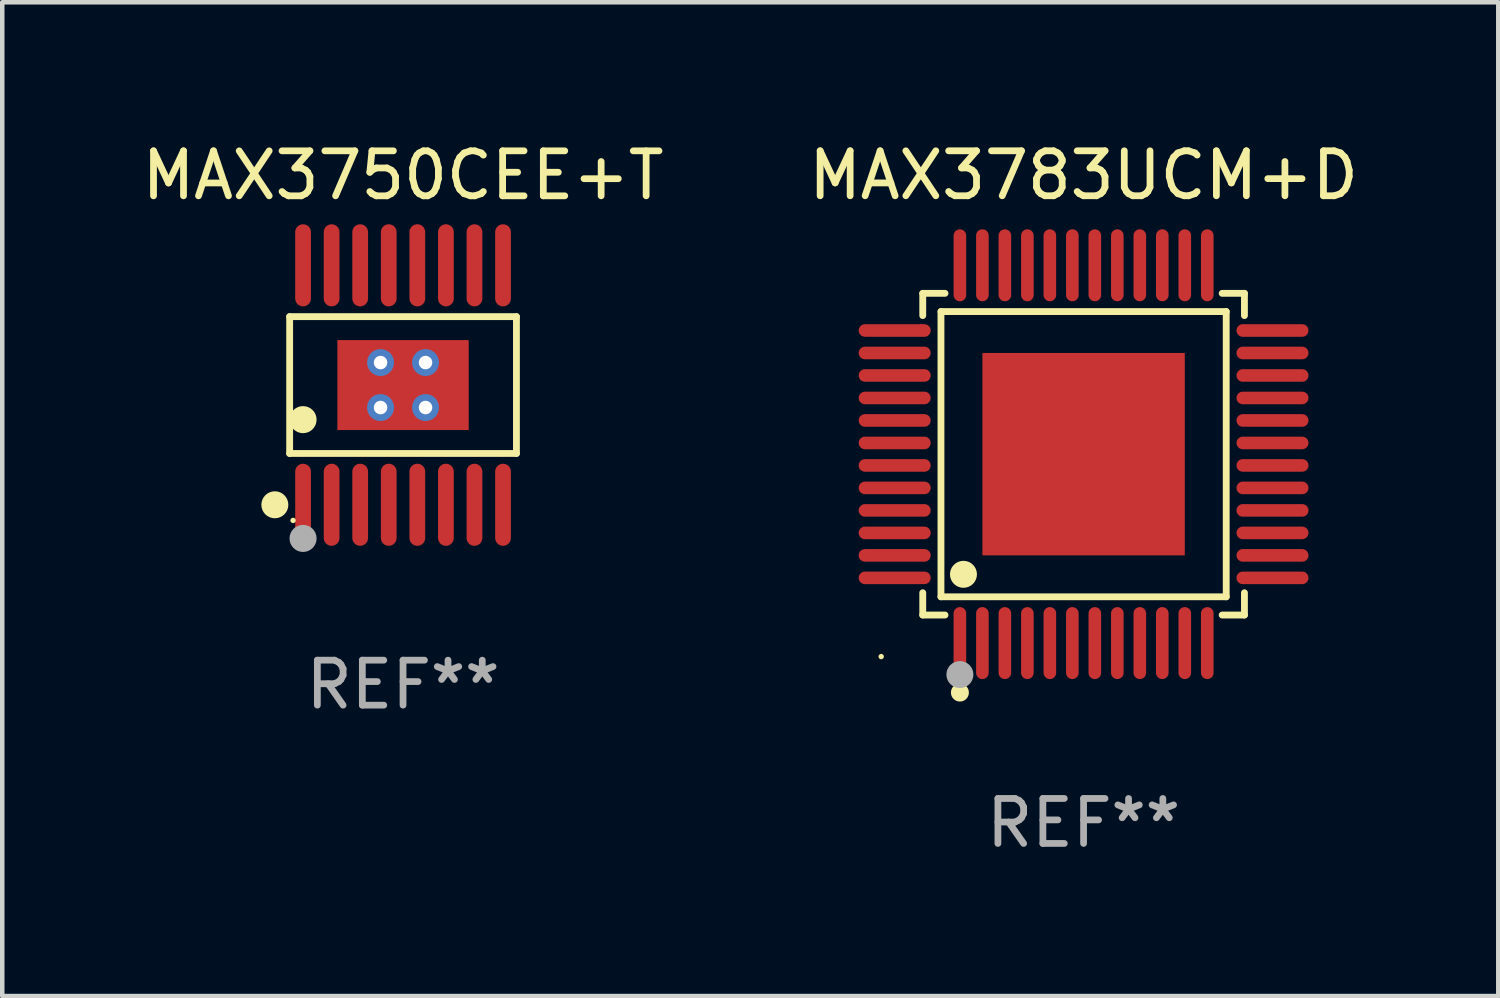
<source format=kicad_pcb>
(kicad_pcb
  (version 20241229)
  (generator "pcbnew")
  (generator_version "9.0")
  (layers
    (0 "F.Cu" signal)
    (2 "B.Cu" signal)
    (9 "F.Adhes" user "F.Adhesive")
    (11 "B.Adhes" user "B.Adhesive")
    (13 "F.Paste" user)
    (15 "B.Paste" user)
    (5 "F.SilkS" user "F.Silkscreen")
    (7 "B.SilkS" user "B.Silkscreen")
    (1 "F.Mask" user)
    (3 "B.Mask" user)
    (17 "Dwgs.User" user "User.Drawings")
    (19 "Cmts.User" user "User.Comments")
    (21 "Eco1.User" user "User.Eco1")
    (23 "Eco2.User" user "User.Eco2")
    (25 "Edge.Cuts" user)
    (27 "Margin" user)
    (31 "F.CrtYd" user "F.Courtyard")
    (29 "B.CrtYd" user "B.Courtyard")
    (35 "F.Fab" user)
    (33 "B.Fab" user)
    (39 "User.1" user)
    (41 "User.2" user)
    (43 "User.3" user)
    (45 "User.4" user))
  (footprint "MAX3750CEE+T"
    (layer "F.Cu")
    (at 5.911 5.511)
    (property "Reference" "MAX3750CEE+T" (at 0 -4.662 0) (layer "F.SilkS") (effects (font (size 1 1) (thickness 0.15))))
    (attr through_hole)
    (fp_line (start -2.521 -1.521) (end 2.521 -1.521) (stroke (width 0.152) (type solid)) (layer "F.SilkS"))
    (fp_line (start -2.521 1.521) (end -2.521 -1.521) (stroke (width 0.152) (type solid)) (layer "F.SilkS"))
    (fp_line (start 2.521 -1.521) (end 2.521 1.521) (stroke (width 0.152) (type solid)) (layer "F.SilkS"))
    (fp_line (start 2.521 1.521) (end -2.521 1.521) (stroke (width 0.152) (type solid)) (layer "F.SilkS"))
    (fp_circle (center -2.85 2.662) (end -2.7 2.662) (stroke (width 0.3) (type solid)) (fill no) (layer "F.SilkS"))
    (fp_circle (center -2.445 3.01) (end -2.415 3.01) (stroke (width 0.06) (type solid)) (fill no) (layer "F.SilkS"))
    (fp_circle (center -2.223 0.769) (end -2.072 0.769) (stroke (width 0.3) (type solid)) (fill no) (layer "F.SilkS"))
    (fp_circle (center -2.223 3.41) (end -2.072 3.41) (stroke (width 0.3) (type solid)) (fill no) (layer "F.Fab"))
    (fp_text user "REF**" (at 0 6.662 0) (layer "F.Fab") (effects (font (size 1 1) (thickness 0.15))))
    (pad "1" smd oval (at -2.223 2.662) (size 0.35 1.825) (layers "F.Cu" "F.Mask" "F.Paste"))
    (pad "2" smd oval (at -1.588 2.662) (size 0.35 1.825) (layers "F.Cu" "F.Mask" "F.Paste"))
    (pad "3" smd oval (at -0.953 2.662) (size 0.35 1.825) (layers "F.Cu" "F.Mask" "F.Paste"))
    (pad "4" smd oval (at -0.318 2.662) (size 0.35 1.825) (layers "F.Cu" "F.Mask" "F.Paste"))
    (pad "5" smd oval (at 0.318 2.662) (size 0.35 1.825) (layers "F.Cu" "F.Mask" "F.Paste"))
    (pad "6" smd oval (at 0.953 2.662) (size 0.35 1.825) (layers "F.Cu" "F.Mask" "F.Paste"))
    (pad "7" smd oval (at 1.588 2.662) (size 0.35 1.825) (layers "F.Cu" "F.Mask" "F.Paste"))
    (pad "8" smd oval (at 2.223 2.662) (size 0.35 1.825) (layers "F.Cu" "F.Mask" "F.Paste"))
    (pad "9" smd oval (at 2.223 -2.662) (size 0.35 1.825) (layers "F.Cu" "F.Mask" "F.Paste"))
    (pad "10" smd oval (at 1.588 -2.662) (size 0.35 1.825) (layers "F.Cu" "F.Mask" "F.Paste"))
    (pad "11" smd oval (at 0.953 -2.662) (size 0.35 1.825) (layers "F.Cu" "F.Mask" "F.Paste"))
    (pad "12" smd oval (at 0.318 -2.662) (size 0.35 1.825) (layers "F.Cu" "F.Mask" "F.Paste"))
    (pad "13" smd oval (at -0.318 -2.662) (size 0.35 1.825) (layers "F.Cu" "F.Mask" "F.Paste"))
    (pad "14" smd oval (at -0.953 -2.662) (size 0.35 1.825) (layers "F.Cu" "F.Mask" "F.Paste"))
    (pad "15" smd oval (at -1.588 -2.662) (size 0.35 1.825) (layers "F.Cu" "F.Mask" "F.Paste"))
    (pad "16" smd oval (at -2.223 -2.662) (size 0.35 1.825) (layers "F.Cu" "F.Mask" "F.Paste"))
    (pad "17" thru_hole circle (at -0.5 -0.5) (size 0.6 0.6) (drill 0.3) (layers "*.Cu" "*.Mask"))
    (pad "17" thru_hole circle (at -0.5 0.5) (size 0.6 0.6) (drill 0.3) (layers "*.Cu" "*.Mask"))
    (pad "17" smd rect (at 0 0) (size 2.92 2) (layers "F.Cu" "F.Mask" "F.Paste"))
    (pad "17" thru_hole circle (at 0.5 -0.5) (size 0.6 0.6) (drill 0.3) (layers "*.Cu" "*.Mask"))
    (pad "17" thru_hole circle (at 0.5 0.5) (size 0.6 0.6) (drill 0.3) (layers "*.Cu" "*.Mask")))
  (footprint "MAX3783UCM+D"
    (layer "F.Cu")
    (at 21.042 7.048)
    (property "Reference" "MAX3783UCM+D" (at 0 -6.2 0) (layer "F.SilkS") (effects (font (size 1 1) (thickness 0.15))))
    (attr through_hole)
    (fp_line (start -3.576 -3.576) (end -3.081 -3.576) (stroke (width 0.152) (type solid)) (layer "F.SilkS"))
    (fp_line (start -3.576 -3.081) (end -3.576 -3.576) (stroke (width 0.152) (type solid)) (layer "F.SilkS"))
    (fp_line (start -3.576 3.081) (end -3.576 3.576) (stroke (width 0.152) (type solid)) (layer "F.SilkS"))
    (fp_line (start -3.576 3.576) (end -3.081 3.576) (stroke (width 0.152) (type solid)) (layer "F.SilkS"))
    (fp_line (start -3.171 -3.171) (end 3.171 -3.171) (stroke (width 0.152) (type solid)) (layer "F.SilkS"))
    (fp_line (start -3.171 3.171) (end -3.171 -3.171) (stroke (width 0.152) (type solid)) (layer "F.SilkS"))
    (fp_line (start 3.171 -3.171) (end 3.171 3.171) (stroke (width 0.152) (type solid)) (layer "F.SilkS"))
    (fp_line (start 3.171 3.171) (end -3.171 3.171) (stroke (width 0.152) (type solid)) (layer "F.SilkS"))
    (fp_line (start 3.576 -3.576) (end 3.081 -3.576) (stroke (width 0.152) (type solid)) (layer "F.SilkS"))
    (fp_line (start 3.576 -3.081) (end 3.576 -3.576) (stroke (width 0.152) (type solid)) (layer "F.SilkS"))
    (fp_line (start 3.576 3.081) (end 3.576 3.576) (stroke (width 0.152) (type solid)) (layer "F.SilkS"))
    (fp_line (start 3.576 3.576) (end 3.081 3.576) (stroke (width 0.152) (type solid)) (layer "F.SilkS"))
    (fp_circle (center -4.5 4.5) (end -4.47 4.5) (stroke (width 0.06) (type solid)) (fill no) (layer "F.SilkS"))
    (fp_circle (center -2.75 5.3) (end -2.65 5.3) (stroke (width 0.2) (type solid)) (fill no) (layer "F.SilkS"))
    (fp_circle (center -2.671 2.671) (end -2.521 2.671) (stroke (width 0.3) (type solid)) (fill no) (layer "F.SilkS"))
    (fp_circle (center -2.75 4.9) (end -2.6 4.9) (stroke (width 0.3) (type solid)) (fill no) (layer "F.Fab"))
    (fp_text user "REF**" (at 0 8.2 0) (layer "F.Fab") (effects (font (size 1 1) (thickness 0.15))))
    (pad "1" smd oval (at -2.75 4.2) (size 0.28 1.6) (layers "F.Cu" "F.Mask" "F.Paste"))
    (pad "2" smd oval (at -2.25 4.2) (size 0.28 1.6) (layers "F.Cu" "F.Mask" "F.Paste"))
    (pad "3" smd oval (at -1.75 4.2) (size 0.28 1.6) (layers "F.Cu" "F.Mask" "F.Paste"))
    (pad "4" smd oval (at -1.25 4.2) (size 0.28 1.6) (layers "F.Cu" "F.Mask" "F.Paste"))
    (pad "5" smd oval (at -0.75 4.2) (size 0.28 1.6) (layers "F.Cu" "F.Mask" "F.Paste"))
    (pad "6" smd oval (at -0.25 4.2) (size 0.28 1.6) (layers "F.Cu" "F.Mask" "F.Paste"))
    (pad "7" smd oval (at 0.25 4.2) (size 0.28 1.6) (layers "F.Cu" "F.Mask" "F.Paste"))
    (pad "8" smd oval (at 0.75 4.2) (size 0.28 1.6) (layers "F.Cu" "F.Mask" "F.Paste"))
    (pad "9" smd oval (at 1.25 4.2) (size 0.28 1.6) (layers "F.Cu" "F.Mask" "F.Paste"))
    (pad "10" smd oval (at 1.75 4.2) (size 0.28 1.6) (layers "F.Cu" "F.Mask" "F.Paste"))
    (pad "11" smd oval (at 2.25 4.2) (size 0.28 1.6) (layers "F.Cu" "F.Mask" "F.Paste"))
    (pad "12" smd oval (at 2.75 4.2) (size 0.28 1.6) (layers "F.Cu" "F.Mask" "F.Paste"))
    (pad "13" smd oval (at 4.2 2.75) (size 1.6 0.28) (layers "F.Cu" "F.Mask" "F.Paste"))
    (pad "14" smd oval (at 4.2 2.25) (size 1.6 0.28) (layers "F.Cu" "F.Mask" "F.Paste"))
    (pad "15" smd oval (at 4.2 1.75) (size 1.6 0.28) (layers "F.Cu" "F.Mask" "F.Paste"))
    (pad "16" smd oval (at 4.2 1.25) (size 1.6 0.28) (layers "F.Cu" "F.Mask" "F.Paste"))
    (pad "17" smd oval (at 4.2 0.75) (size 1.6 0.28) (layers "F.Cu" "F.Mask" "F.Paste"))
    (pad "18" smd oval (at 4.2 0.25) (size 1.6 0.28) (layers "F.Cu" "F.Mask" "F.Paste"))
    (pad "19" smd oval (at 4.2 -0.25) (size 1.6 0.28) (layers "F.Cu" "F.Mask" "F.Paste"))
    (pad "20" smd oval (at 4.2 -0.75) (size 1.6 0.28) (layers "F.Cu" "F.Mask" "F.Paste"))
    (pad "21" smd oval (at 4.2 -1.25) (size 1.6 0.28) (layers "F.Cu" "F.Mask" "F.Paste"))
    (pad "22" smd oval (at 4.2 -1.75) (size 1.6 0.28) (layers "F.Cu" "F.Mask" "F.Paste"))
    (pad "23" smd oval (at 4.2 -2.25) (size 1.6 0.28) (layers "F.Cu" "F.Mask" "F.Paste"))
    (pad "24" smd oval (at 4.2 -2.75) (size 1.6 0.28) (layers "F.Cu" "F.Mask" "F.Paste"))
    (pad "25" smd oval (at 2.75 -4.2) (size 0.28 1.6) (layers "F.Cu" "F.Mask" "F.Paste"))
    (pad "26" smd oval (at 2.25 -4.2) (size 0.28 1.6) (layers "F.Cu" "F.Mask" "F.Paste"))
    (pad "27" smd oval (at 1.75 -4.2) (size 0.28 1.6) (layers "F.Cu" "F.Mask" "F.Paste"))
    (pad "28" smd oval (at 1.25 -4.2) (size 0.28 1.6) (layers "F.Cu" "F.Mask" "F.Paste"))
    (pad "29" smd oval (at 0.75 -4.2) (size 0.28 1.6) (layers "F.Cu" "F.Mask" "F.Paste"))
    (pad "30" smd oval (at 0.25 -4.2) (size 0.28 1.6) (layers "F.Cu" "F.Mask" "F.Paste"))
    (pad "31" smd oval (at -0.25 -4.2) (size 0.28 1.6) (layers "F.Cu" "F.Mask" "F.Paste"))
    (pad "32" smd oval (at -0.75 -4.2) (size 0.28 1.6) (layers "F.Cu" "F.Mask" "F.Paste"))
    (pad "33" smd oval (at -1.25 -4.2) (size 0.28 1.6) (layers "F.Cu" "F.Mask" "F.Paste"))
    (pad "34" smd oval (at -1.75 -4.2) (size 0.28 1.6) (layers "F.Cu" "F.Mask" "F.Paste"))
    (pad "35" smd oval (at -2.25 -4.2) (size 0.28 1.6) (layers "F.Cu" "F.Mask" "F.Paste"))
    (pad "36" smd oval (at -2.75 -4.2) (size 0.28 1.6) (layers "F.Cu" "F.Mask" "F.Paste"))
    (pad "37" smd oval (at -4.2 -2.75) (size 1.6 0.28) (layers "F.Cu" "F.Mask" "F.Paste"))
    (pad "38" smd oval (at -4.2 -2.25) (size 1.6 0.28) (layers "F.Cu" "F.Mask" "F.Paste"))
    (pad "39" smd oval (at -4.2 -1.75) (size 1.6 0.28) (layers "F.Cu" "F.Mask" "F.Paste"))
    (pad "40" smd oval (at -4.2 -1.25) (size 1.6 0.28) (layers "F.Cu" "F.Mask" "F.Paste"))
    (pad "41" smd oval (at -4.2 -0.75) (size 1.6 0.28) (layers "F.Cu" "F.Mask" "F.Paste"))
    (pad "42" smd oval (at -4.2 -0.25) (size 1.6 0.28) (layers "F.Cu" "F.Mask" "F.Paste"))
    (pad "43" smd oval (at -4.2 0.25) (size 1.6 0.28) (layers "F.Cu" "F.Mask" "F.Paste"))
    (pad "44" smd oval (at -4.2 0.75) (size 1.6 0.28) (layers "F.Cu" "F.Mask" "F.Paste"))
    (pad "45" smd oval (at -4.2 1.25) (size 1.6 0.28) (layers "F.Cu" "F.Mask" "F.Paste"))
    (pad "46" smd oval (at -4.2 1.75) (size 1.6 0.28) (layers "F.Cu" "F.Mask" "F.Paste"))
    (pad "47" smd oval (at -4.2 2.25) (size 1.6 0.28) (layers "F.Cu" "F.Mask" "F.Paste"))
    (pad "48" smd oval (at -4.2 2.75) (size 1.6 0.28) (layers "F.Cu" "F.Mask" "F.Paste"))
    (pad "49" smd rect (at 0 0) (size 4.5 4.5) (layers "F.Cu" "F.Mask" "F.Paste")))
  (gr_rect
    (start -3 -3)
    (end 30.262 19.096)
    (stroke (width 0.1) (type default))
    (fill no)
    (layer "Edge.Cuts")))
</source>
